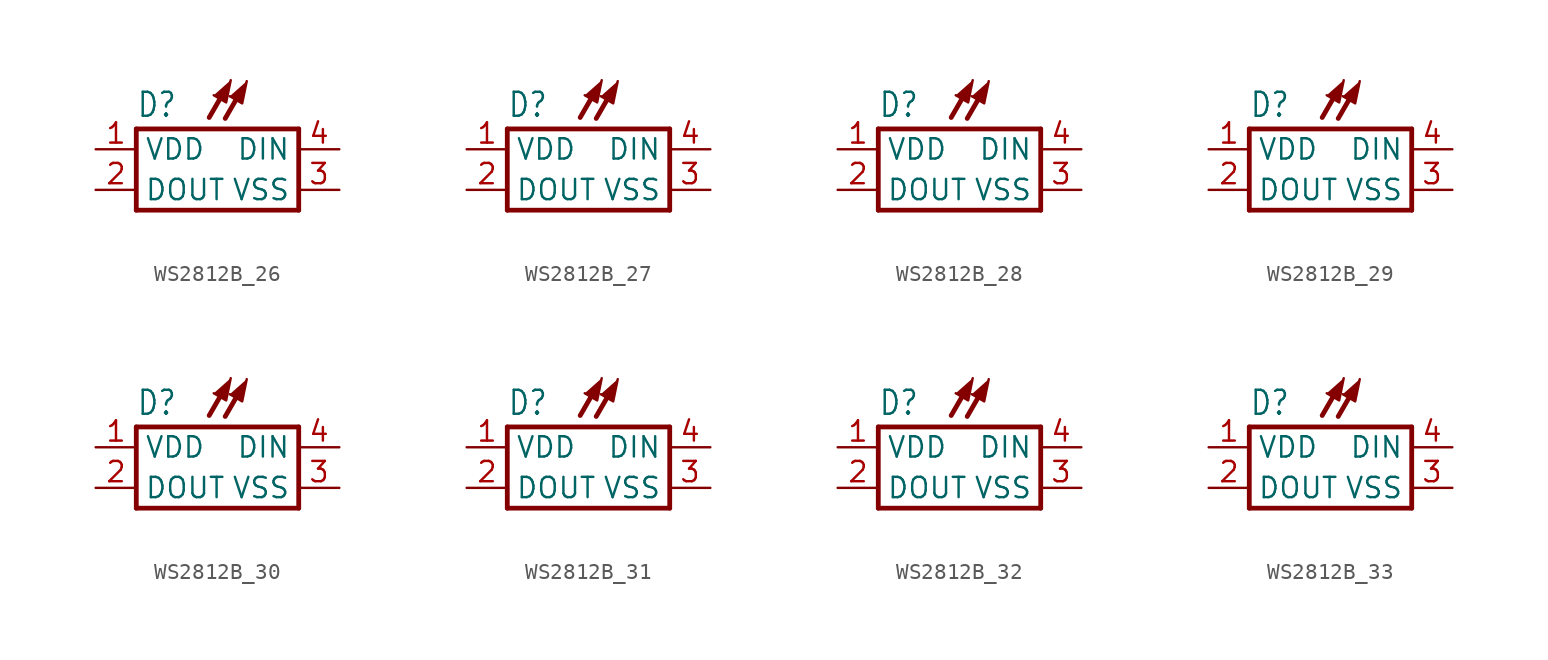
<source format=kicad_sym>
(kicad_symbol_lib
  (version 20220914)
  (generator kicad_symbol_editor)
  (symbol "WS2812B_26"
    (property "Reference" "D"
      (at -5.08 3.175 0)
      (effects (font (size 1.5 1.275)) (justify left bottom)))
    (property "Value" ""
      (at -5.08 -4.445 0)
      (effects (font (size 1.5 1.275)) (justify left bottom)))
    (property "ki_locked" ""
      (at 0 0 0)
      (effects (font (size 1.27 1.27))))
    (symbol "WS2812B_26_1_0"
      (polyline (pts (xy -5.08 2.54) (xy -5.08 -2.54)) (stroke (width 0.3) (type solid)) (fill (type none)))
      (polyline (pts (xy -0.52 3.257) (xy 0.378 4.812)) (stroke (width 0.3) (type solid)) (fill (type none)))
      (polyline (pts (xy 0.482 3.197) (xy 1.38 4.752)) (stroke (width 0.3) (type solid)) (fill (type none)))
      (polyline (pts (xy 5.08 -2.54) (xy -5.08 -2.54)) (stroke (width 0.3) (type solid)) (fill (type none)))
      (polyline (pts (xy 5.08 -2.54) (xy 5.08 2.54)) (stroke (width 0.3) (type solid)) (fill (type none)))
      (polyline (pts (xy 5.08 2.54) (xy -5.08 2.54)) (stroke (width 0.3) (type solid)) (fill (type none)))
      (polyline (pts (xy 0.827 5.59) (xy 0.542 4.199) (xy -0.236 4.648)) (stroke (width 0) (type solid)) (fill (type outline)))
      (polyline (pts (xy 1.829 5.53) (xy 1.544 4.139) (xy 0.766 4.588)) (stroke (width 0) (type solid)) (fill (type outline)))
      (pin passive line (at -7.62 1.27 0) (length 2.54) (name "VDD" (effects (font (size 1.27 1.27)))) (number "1" (effects (font (size 1.27 1.27)))))
      (pin passive line (at -7.62 -1.27 0) (length 2.54) (name "DOUT" (effects (font (size 1.27 1.27)))) (number "2" (effects (font (size 1.27 1.27)))))
      (pin passive line (at 7.62 -1.27 180) (length 2.54) (name "VSS" (effects (font (size 1.27 1.27)))) (number "3" (effects (font (size 1.27 1.27)))))
      (pin passive line (at 7.62 1.27 180) (length 2.54) (name "DIN" (effects (font (size 1.27 1.27)))) (number "4" (effects (font (size 1.27 1.27)))))))
  (symbol "WS2812B_27"
    (property "Reference" "D"
      (at -5.08 3.175 0)
      (effects (font (size 1.5 1.275)) (justify left bottom)))
    (property "Value" ""
      (at -5.08 -4.445 0)
      (effects (font (size 1.5 1.275)) (justify left bottom)))
    (property "ki_locked" ""
      (at 0 0 0)
      (effects (font (size 1.27 1.27))))
    (symbol "WS2812B_27_1_0"
      (polyline (pts (xy -5.08 2.54) (xy -5.08 -2.54)) (stroke (width 0.3) (type solid)) (fill (type none)))
      (polyline (pts (xy -0.52 3.257) (xy 0.378 4.812)) (stroke (width 0.3) (type solid)) (fill (type none)))
      (polyline (pts (xy 0.482 3.197) (xy 1.38 4.752)) (stroke (width 0.3) (type solid)) (fill (type none)))
      (polyline (pts (xy 5.08 -2.54) (xy -5.08 -2.54)) (stroke (width 0.3) (type solid)) (fill (type none)))
      (polyline (pts (xy 5.08 -2.54) (xy 5.08 2.54)) (stroke (width 0.3) (type solid)) (fill (type none)))
      (polyline (pts (xy 5.08 2.54) (xy -5.08 2.54)) (stroke (width 0.3) (type solid)) (fill (type none)))
      (polyline (pts (xy 0.827 5.59) (xy 0.542 4.199) (xy -0.236 4.648)) (stroke (width 0) (type solid)) (fill (type outline)))
      (polyline (pts (xy 1.829 5.53) (xy 1.544 4.139) (xy 0.766 4.588)) (stroke (width 0) (type solid)) (fill (type outline)))
      (pin passive line (at -7.62 1.27 0) (length 2.54) (name "VDD" (effects (font (size 1.27 1.27)))) (number "1" (effects (font (size 1.27 1.27)))))
      (pin passive line (at -7.62 -1.27 0) (length 2.54) (name "DOUT" (effects (font (size 1.27 1.27)))) (number "2" (effects (font (size 1.27 1.27)))))
      (pin passive line (at 7.62 -1.27 180) (length 2.54) (name "VSS" (effects (font (size 1.27 1.27)))) (number "3" (effects (font (size 1.27 1.27)))))
      (pin passive line (at 7.62 1.27 180) (length 2.54) (name "DIN" (effects (font (size 1.27 1.27)))) (number "4" (effects (font (size 1.27 1.27)))))))
  (symbol "WS2812B_28"
    (property "Reference" "D"
      (at -5.08 3.175 0)
      (effects (font (size 1.5 1.275)) (justify left bottom)))
    (property "Value" ""
      (at -5.08 -4.445 0)
      (effects (font (size 1.5 1.275)) (justify left bottom)))
    (property "ki_locked" ""
      (at 0 0 0)
      (effects (font (size 1.27 1.27))))
    (symbol "WS2812B_28_1_0"
      (polyline (pts (xy -5.08 2.54) (xy -5.08 -2.54)) (stroke (width 0.3) (type solid)) (fill (type none)))
      (polyline (pts (xy -0.52 3.257) (xy 0.378 4.812)) (stroke (width 0.3) (type solid)) (fill (type none)))
      (polyline (pts (xy 0.482 3.197) (xy 1.38 4.752)) (stroke (width 0.3) (type solid)) (fill (type none)))
      (polyline (pts (xy 5.08 -2.54) (xy -5.08 -2.54)) (stroke (width 0.3) (type solid)) (fill (type none)))
      (polyline (pts (xy 5.08 -2.54) (xy 5.08 2.54)) (stroke (width 0.3) (type solid)) (fill (type none)))
      (polyline (pts (xy 5.08 2.54) (xy -5.08 2.54)) (stroke (width 0.3) (type solid)) (fill (type none)))
      (polyline (pts (xy 0.827 5.59) (xy 0.542 4.199) (xy -0.236 4.648)) (stroke (width 0) (type solid)) (fill (type outline)))
      (polyline (pts (xy 1.829 5.53) (xy 1.544 4.139) (xy 0.766 4.588)) (stroke (width 0) (type solid)) (fill (type outline)))
      (pin passive line (at -7.62 1.27 0) (length 2.54) (name "VDD" (effects (font (size 1.27 1.27)))) (number "1" (effects (font (size 1.27 1.27)))))
      (pin passive line (at -7.62 -1.27 0) (length 2.54) (name "DOUT" (effects (font (size 1.27 1.27)))) (number "2" (effects (font (size 1.27 1.27)))))
      (pin passive line (at 7.62 -1.27 180) (length 2.54) (name "VSS" (effects (font (size 1.27 1.27)))) (number "3" (effects (font (size 1.27 1.27)))))
      (pin passive line (at 7.62 1.27 180) (length 2.54) (name "DIN" (effects (font (size 1.27 1.27)))) (number "4" (effects (font (size 1.27 1.27)))))))
  (symbol "WS2812B_29"
    (property "Reference" "D"
      (at -5.08 3.175 0)
      (effects (font (size 1.5 1.275)) (justify left bottom)))
    (property "Value" ""
      (at -5.08 -4.445 0)
      (effects (font (size 1.5 1.275)) (justify left bottom)))
    (property "ki_locked" ""
      (at 0 0 0)
      (effects (font (size 1.27 1.27))))
    (symbol "WS2812B_29_1_0"
      (polyline (pts (xy -5.08 2.54) (xy -5.08 -2.54)) (stroke (width 0.3) (type solid)) (fill (type none)))
      (polyline (pts (xy -0.52 3.257) (xy 0.378 4.812)) (stroke (width 0.3) (type solid)) (fill (type none)))
      (polyline (pts (xy 0.482 3.197) (xy 1.38 4.752)) (stroke (width 0.3) (type solid)) (fill (type none)))
      (polyline (pts (xy 5.08 -2.54) (xy -5.08 -2.54)) (stroke (width 0.3) (type solid)) (fill (type none)))
      (polyline (pts (xy 5.08 -2.54) (xy 5.08 2.54)) (stroke (width 0.3) (type solid)) (fill (type none)))
      (polyline (pts (xy 5.08 2.54) (xy -5.08 2.54)) (stroke (width 0.3) (type solid)) (fill (type none)))
      (polyline (pts (xy 0.827 5.59) (xy 0.542 4.199) (xy -0.236 4.648)) (stroke (width 0) (type solid)) (fill (type outline)))
      (polyline (pts (xy 1.829 5.53) (xy 1.544 4.139) (xy 0.766 4.588)) (stroke (width 0) (type solid)) (fill (type outline)))
      (pin passive line (at -7.62 1.27 0) (length 2.54) (name "VDD" (effects (font (size 1.27 1.27)))) (number "1" (effects (font (size 1.27 1.27)))))
      (pin passive line (at -7.62 -1.27 0) (length 2.54) (name "DOUT" (effects (font (size 1.27 1.27)))) (number "2" (effects (font (size 1.27 1.27)))))
      (pin passive line (at 7.62 -1.27 180) (length 2.54) (name "VSS" (effects (font (size 1.27 1.27)))) (number "3" (effects (font (size 1.27 1.27)))))
      (pin passive line (at 7.62 1.27 180) (length 2.54) (name "DIN" (effects (font (size 1.27 1.27)))) (number "4" (effects (font (size 1.27 1.27)))))))
  (symbol "WS2812B_30"
    (property "Reference" "D"
      (at -5.08 3.175 0)
      (effects (font (size 1.5 1.275)) (justify left bottom)))
    (property "Value" ""
      (at -5.08 -4.445 0)
      (effects (font (size 1.5 1.275)) (justify left bottom)))
    (property "ki_locked" ""
      (at 0 0 0)
      (effects (font (size 1.27 1.27))))
    (symbol "WS2812B_30_1_0"
      (polyline (pts (xy -5.08 2.54) (xy -5.08 -2.54)) (stroke (width 0.3) (type solid)) (fill (type none)))
      (polyline (pts (xy -0.52 3.257) (xy 0.378 4.812)) (stroke (width 0.3) (type solid)) (fill (type none)))
      (polyline (pts (xy 0.482 3.197) (xy 1.38 4.752)) (stroke (width 0.3) (type solid)) (fill (type none)))
      (polyline (pts (xy 5.08 -2.54) (xy -5.08 -2.54)) (stroke (width 0.3) (type solid)) (fill (type none)))
      (polyline (pts (xy 5.08 -2.54) (xy 5.08 2.54)) (stroke (width 0.3) (type solid)) (fill (type none)))
      (polyline (pts (xy 5.08 2.54) (xy -5.08 2.54)) (stroke (width 0.3) (type solid)) (fill (type none)))
      (polyline (pts (xy 0.827 5.59) (xy 0.542 4.199) (xy -0.236 4.648)) (stroke (width 0) (type solid)) (fill (type outline)))
      (polyline (pts (xy 1.829 5.53) (xy 1.544 4.139) (xy 0.766 4.588)) (stroke (width 0) (type solid)) (fill (type outline)))
      (pin passive line (at -7.62 1.27 0) (length 2.54) (name "VDD" (effects (font (size 1.27 1.27)))) (number "1" (effects (font (size 1.27 1.27)))))
      (pin passive line (at -7.62 -1.27 0) (length 2.54) (name "DOUT" (effects (font (size 1.27 1.27)))) (number "2" (effects (font (size 1.27 1.27)))))
      (pin passive line (at 7.62 -1.27 180) (length 2.54) (name "VSS" (effects (font (size 1.27 1.27)))) (number "3" (effects (font (size 1.27 1.27)))))
      (pin passive line (at 7.62 1.27 180) (length 2.54) (name "DIN" (effects (font (size 1.27 1.27)))) (number "4" (effects (font (size 1.27 1.27)))))))
  (symbol "WS2812B_31"
    (property "Reference" "D"
      (at -5.08 3.175 0)
      (effects (font (size 1.5 1.275)) (justify left bottom)))
    (property "Value" ""
      (at -5.08 -4.445 0)
      (effects (font (size 1.5 1.275)) (justify left bottom)))
    (property "ki_locked" ""
      (at 0 0 0)
      (effects (font (size 1.27 1.27))))
    (symbol "WS2812B_31_1_0"
      (polyline (pts (xy -5.08 2.54) (xy -5.08 -2.54)) (stroke (width 0.3) (type solid)) (fill (type none)))
      (polyline (pts (xy -0.52 3.257) (xy 0.378 4.812)) (stroke (width 0.3) (type solid)) (fill (type none)))
      (polyline (pts (xy 0.482 3.197) (xy 1.38 4.752)) (stroke (width 0.3) (type solid)) (fill (type none)))
      (polyline (pts (xy 5.08 -2.54) (xy -5.08 -2.54)) (stroke (width 0.3) (type solid)) (fill (type none)))
      (polyline (pts (xy 5.08 -2.54) (xy 5.08 2.54)) (stroke (width 0.3) (type solid)) (fill (type none)))
      (polyline (pts (xy 5.08 2.54) (xy -5.08 2.54)) (stroke (width 0.3) (type solid)) (fill (type none)))
      (polyline (pts (xy 0.827 5.59) (xy 0.542 4.199) (xy -0.236 4.648)) (stroke (width 0) (type solid)) (fill (type outline)))
      (polyline (pts (xy 1.829 5.53) (xy 1.544 4.139) (xy 0.766 4.588)) (stroke (width 0) (type solid)) (fill (type outline)))
      (pin passive line (at -7.62 1.27 0) (length 2.54) (name "VDD" (effects (font (size 1.27 1.27)))) (number "1" (effects (font (size 1.27 1.27)))))
      (pin passive line (at -7.62 -1.27 0) (length 2.54) (name "DOUT" (effects (font (size 1.27 1.27)))) (number "2" (effects (font (size 1.27 1.27)))))
      (pin passive line (at 7.62 -1.27 180) (length 2.54) (name "VSS" (effects (font (size 1.27 1.27)))) (number "3" (effects (font (size 1.27 1.27)))))
      (pin passive line (at 7.62 1.27 180) (length 2.54) (name "DIN" (effects (font (size 1.27 1.27)))) (number "4" (effects (font (size 1.27 1.27)))))))
  (symbol "WS2812B_32"
    (property "Reference" "D"
      (at -5.08 3.175 0)
      (effects (font (size 1.5 1.275)) (justify left bottom)))
    (property "Value" ""
      (at -5.08 -4.445 0)
      (effects (font (size 1.5 1.275)) (justify left bottom)))
    (property "ki_locked" ""
      (at 0 0 0)
      (effects (font (size 1.27 1.27))))
    (symbol "WS2812B_32_1_0"
      (polyline (pts (xy -5.08 2.54) (xy -5.08 -2.54)) (stroke (width 0.3) (type solid)) (fill (type none)))
      (polyline (pts (xy -0.52 3.257) (xy 0.378 4.812)) (stroke (width 0.3) (type solid)) (fill (type none)))
      (polyline (pts (xy 0.482 3.197) (xy 1.38 4.752)) (stroke (width 0.3) (type solid)) (fill (type none)))
      (polyline (pts (xy 5.08 -2.54) (xy -5.08 -2.54)) (stroke (width 0.3) (type solid)) (fill (type none)))
      (polyline (pts (xy 5.08 -2.54) (xy 5.08 2.54)) (stroke (width 0.3) (type solid)) (fill (type none)))
      (polyline (pts (xy 5.08 2.54) (xy -5.08 2.54)) (stroke (width 0.3) (type solid)) (fill (type none)))
      (polyline (pts (xy 0.827 5.59) (xy 0.542 4.199) (xy -0.236 4.648)) (stroke (width 0) (type solid)) (fill (type outline)))
      (polyline (pts (xy 1.829 5.53) (xy 1.544 4.139) (xy 0.766 4.588)) (stroke (width 0) (type solid)) (fill (type outline)))
      (pin passive line (at -7.62 1.27 0) (length 2.54) (name "VDD" (effects (font (size 1.27 1.27)))) (number "1" (effects (font (size 1.27 1.27)))))
      (pin passive line (at -7.62 -1.27 0) (length 2.54) (name "DOUT" (effects (font (size 1.27 1.27)))) (number "2" (effects (font (size 1.27 1.27)))))
      (pin passive line (at 7.62 -1.27 180) (length 2.54) (name "VSS" (effects (font (size 1.27 1.27)))) (number "3" (effects (font (size 1.27 1.27)))))
      (pin passive line (at 7.62 1.27 180) (length 2.54) (name "DIN" (effects (font (size 1.27 1.27)))) (number "4" (effects (font (size 1.27 1.27)))))))
  (symbol "WS2812B_33"
    (property "Reference" "D"
      (at -5.08 3.175 0)
      (effects (font (size 1.5 1.275)) (justify left bottom)))
    (property "Value" ""
      (at -5.08 -4.445 0)
      (effects (font (size 1.5 1.275)) (justify left bottom)))
    (property "ki_locked" ""
      (at 0 0 0)
      (effects (font (size 1.27 1.27))))
    (symbol "WS2812B_33_1_0"
      (polyline (pts (xy -5.08 2.54) (xy -5.08 -2.54)) (stroke (width 0.3) (type solid)) (fill (type none)))
      (polyline (pts (xy -0.52 3.257) (xy 0.378 4.812)) (stroke (width 0.3) (type solid)) (fill (type none)))
      (polyline (pts (xy 0.482 3.197) (xy 1.38 4.752)) (stroke (width 0.3) (type solid)) (fill (type none)))
      (polyline (pts (xy 5.08 -2.54) (xy -5.08 -2.54)) (stroke (width 0.3) (type solid)) (fill (type none)))
      (polyline (pts (xy 5.08 -2.54) (xy 5.08 2.54)) (stroke (width 0.3) (type solid)) (fill (type none)))
      (polyline (pts (xy 5.08 2.54) (xy -5.08 2.54)) (stroke (width 0.3) (type solid)) (fill (type none)))
      (polyline (pts (xy 0.827 5.59) (xy 0.542 4.199) (xy -0.236 4.648)) (stroke (width 0) (type solid)) (fill (type outline)))
      (polyline (pts (xy 1.829 5.53) (xy 1.544 4.139) (xy 0.766 4.588)) (stroke (width 0) (type solid)) (fill (type outline)))
      (pin passive line (at -7.62 1.27 0) (length 2.54) (name "VDD" (effects (font (size 1.27 1.27)))) (number "1" (effects (font (size 1.27 1.27)))))
      (pin passive line (at -7.62 -1.27 0) (length 2.54) (name "DOUT" (effects (font (size 1.27 1.27)))) (number "2" (effects (font (size 1.27 1.27)))))
      (pin passive line (at 7.62 -1.27 180) (length 2.54) (name "VSS" (effects (font (size 1.27 1.27)))) (number "3" (effects (font (size 1.27 1.27)))))
      (pin passive line (at 7.62 1.27 180) (length 2.54) (name "DIN" (effects (font (size 1.27 1.27)))) (number "4" (effects (font (size 1.27 1.27))))))))
</source>
